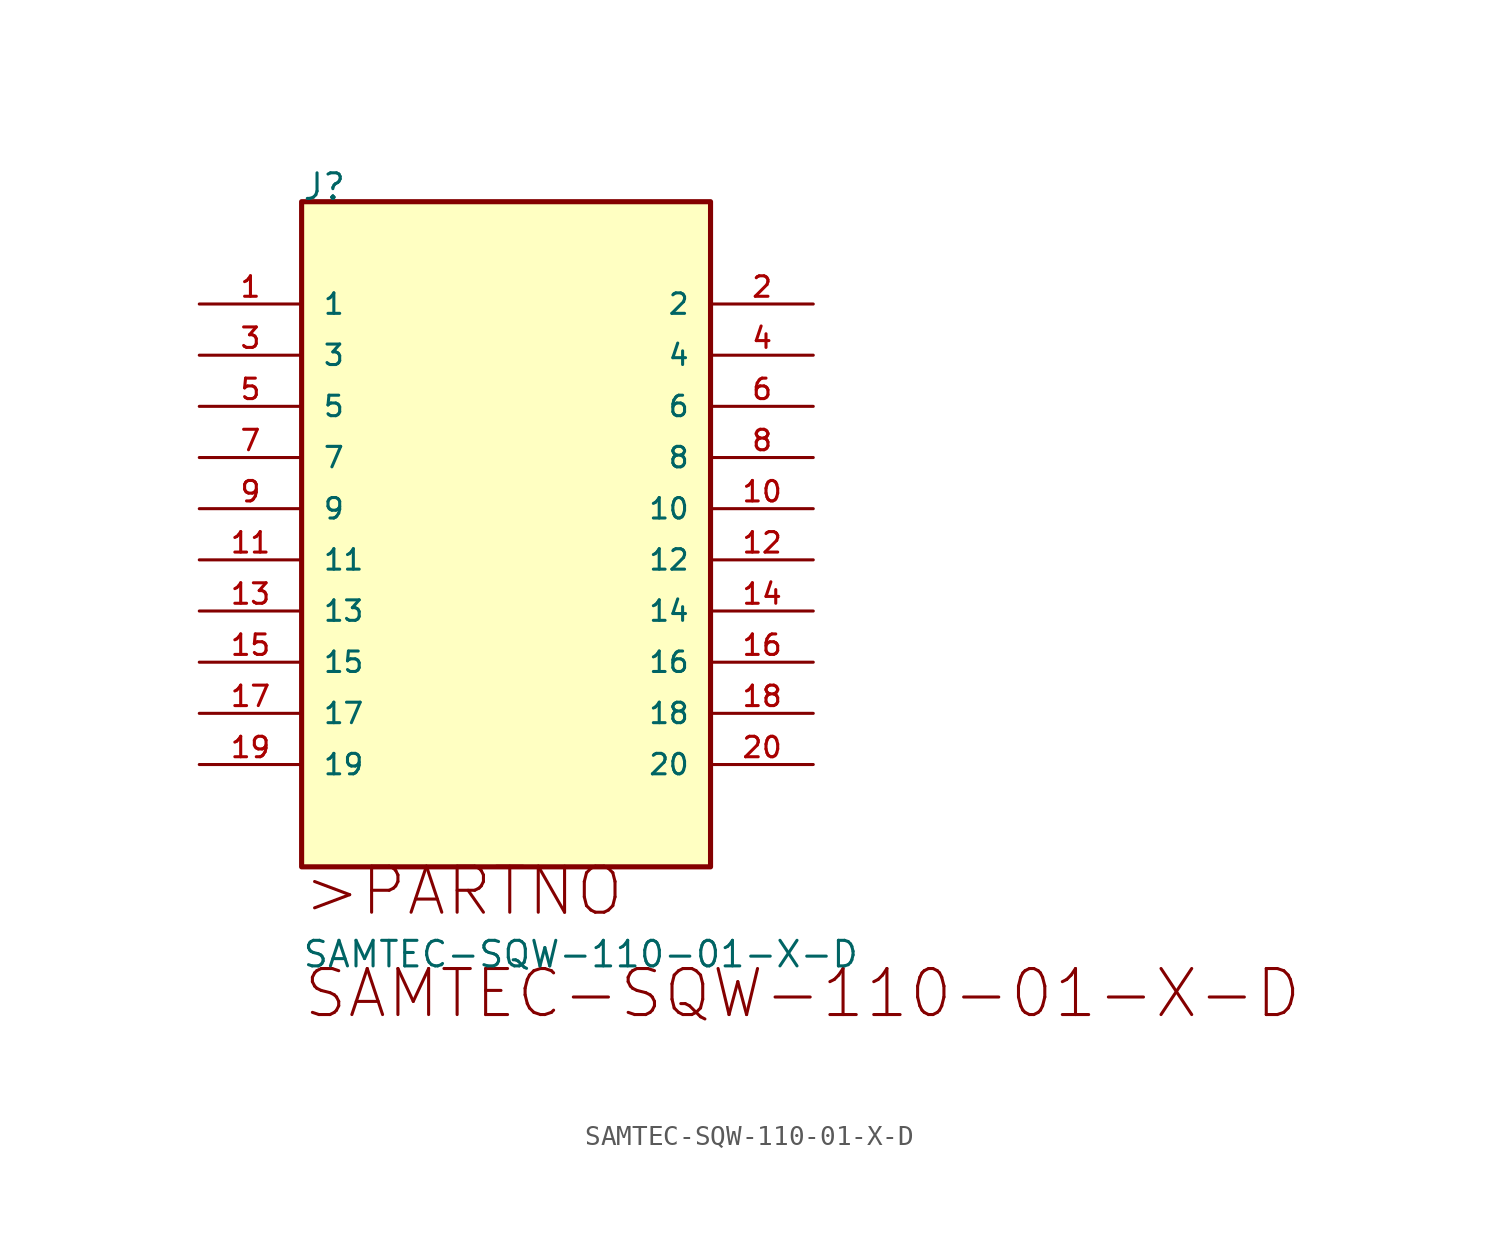
<source format=kicad_sym>
(kicad_symbol_lib
  (version 20211014)
  (generator kicad_symbol_editor)
  (symbol "SAMTEC-SQW-110-01-X-D"
    (pin_names
      (offset 1.016))
    (property "Reference" "J"
      (at 0.0 5.08 0)
      (effects (font (size 1.27 1.27)) (justify bottom left)))
    (property "Value" "SAMTEC-SQW-110-01-X-D"
      (at 0.0 -33.02 0)
      (effects (font (size 1.27 1.27)) (justify bottom left)))
    (symbol "SAMTEC-SQW-110-01-X-D_0_0"
      (text ">PARTNO" (at 0.0 -30.48 0) (effects (font (size 2.286 2.286)) (justify bottom left)))
      (text "SAMTEC-SQW-110-01-X-D" (at 0.0 -35.56 0) (effects (font (size 2.286 2.286)) (justify bottom left)))
      (rectangle (start 0.0 -27.94) (end 20.3 5.08) (stroke (width 0.254)) (fill (type background)))
      (pin passive line (at -5.08 -0.0 0) (length 5.08) (name "1" (effects (font (size 1.016 1.016)))) (number "1" (effects (font (size 1.016 1.016)))))
      (pin passive line (at 25.4 -0.0 180.0) (length 5.08) (name "2" (effects (font (size 1.016 1.016)))) (number "2" (effects (font (size 1.016 1.016)))))
      (pin passive line (at -5.08 -2.54 0) (length 5.08) (name "3" (effects (font (size 1.016 1.016)))) (number "3" (effects (font (size 1.016 1.016)))))
      (pin passive line (at 25.4 -2.54 180.0) (length 5.08) (name "4" (effects (font (size 1.016 1.016)))) (number "4" (effects (font (size 1.016 1.016)))))
      (pin passive line (at -5.08 -5.08 0) (length 5.08) (name "5" (effects (font (size 1.016 1.016)))) (number "5" (effects (font (size 1.016 1.016)))))
      (pin passive line (at 25.4 -5.08 180.0) (length 5.08) (name "6" (effects (font (size 1.016 1.016)))) (number "6" (effects (font (size 1.016 1.016)))))
      (pin passive line (at -5.08 -7.62 0) (length 5.08) (name "7" (effects (font (size 1.016 1.016)))) (number "7" (effects (font (size 1.016 1.016)))))
      (pin passive line (at 25.4 -7.62 180.0) (length 5.08) (name "8" (effects (font (size 1.016 1.016)))) (number "8" (effects (font (size 1.016 1.016)))))
      (pin passive line (at -5.08 -10.16 0) (length 5.08) (name "9" (effects (font (size 1.016 1.016)))) (number "9" (effects (font (size 1.016 1.016)))))
      (pin passive line (at 25.4 -10.16 180.0) (length 5.08) (name "10" (effects (font (size 1.016 1.016)))) (number "10" (effects (font (size 1.016 1.016)))))
      (pin passive line (at -5.08 -12.7 0) (length 5.08) (name "11" (effects (font (size 1.016 1.016)))) (number "11" (effects (font (size 1.016 1.016)))))
      (pin passive line (at 25.4 -12.7 180.0) (length 5.08) (name "12" (effects (font (size 1.016 1.016)))) (number "12" (effects (font (size 1.016 1.016)))))
      (pin passive line (at -5.08 -15.24 0) (length 5.08) (name "13" (effects (font (size 1.016 1.016)))) (number "13" (effects (font (size 1.016 1.016)))))
      (pin passive line (at 25.4 -15.24 180.0) (length 5.08) (name "14" (effects (font (size 1.016 1.016)))) (number "14" (effects (font (size 1.016 1.016)))))
      (pin passive line (at -5.08 -17.78 0) (length 5.08) (name "15" (effects (font (size 1.016 1.016)))) (number "15" (effects (font (size 1.016 1.016)))))
      (pin passive line (at 25.4 -17.78 180.0) (length 5.08) (name "16" (effects (font (size 1.016 1.016)))) (number "16" (effects (font (size 1.016 1.016)))))
      (pin passive line (at -5.08 -20.32 0) (length 5.08) (name "17" (effects (font (size 1.016 1.016)))) (number "17" (effects (font (size 1.016 1.016)))))
      (pin passive line (at 25.4 -20.32 180.0) (length 5.08) (name "18" (effects (font (size 1.016 1.016)))) (number "18" (effects (font (size 1.016 1.016)))))
      (pin passive line (at -5.08 -22.86 0) (length 5.08) (name "19" (effects (font (size 1.016 1.016)))) (number "19" (effects (font (size 1.016 1.016)))))
      (pin passive line (at 25.4 -22.86 180.0) (length 5.08) (name "20" (effects (font (size 1.016 1.016)))) (number "20" (effects (font (size 1.016 1.016))))))))
</source>
